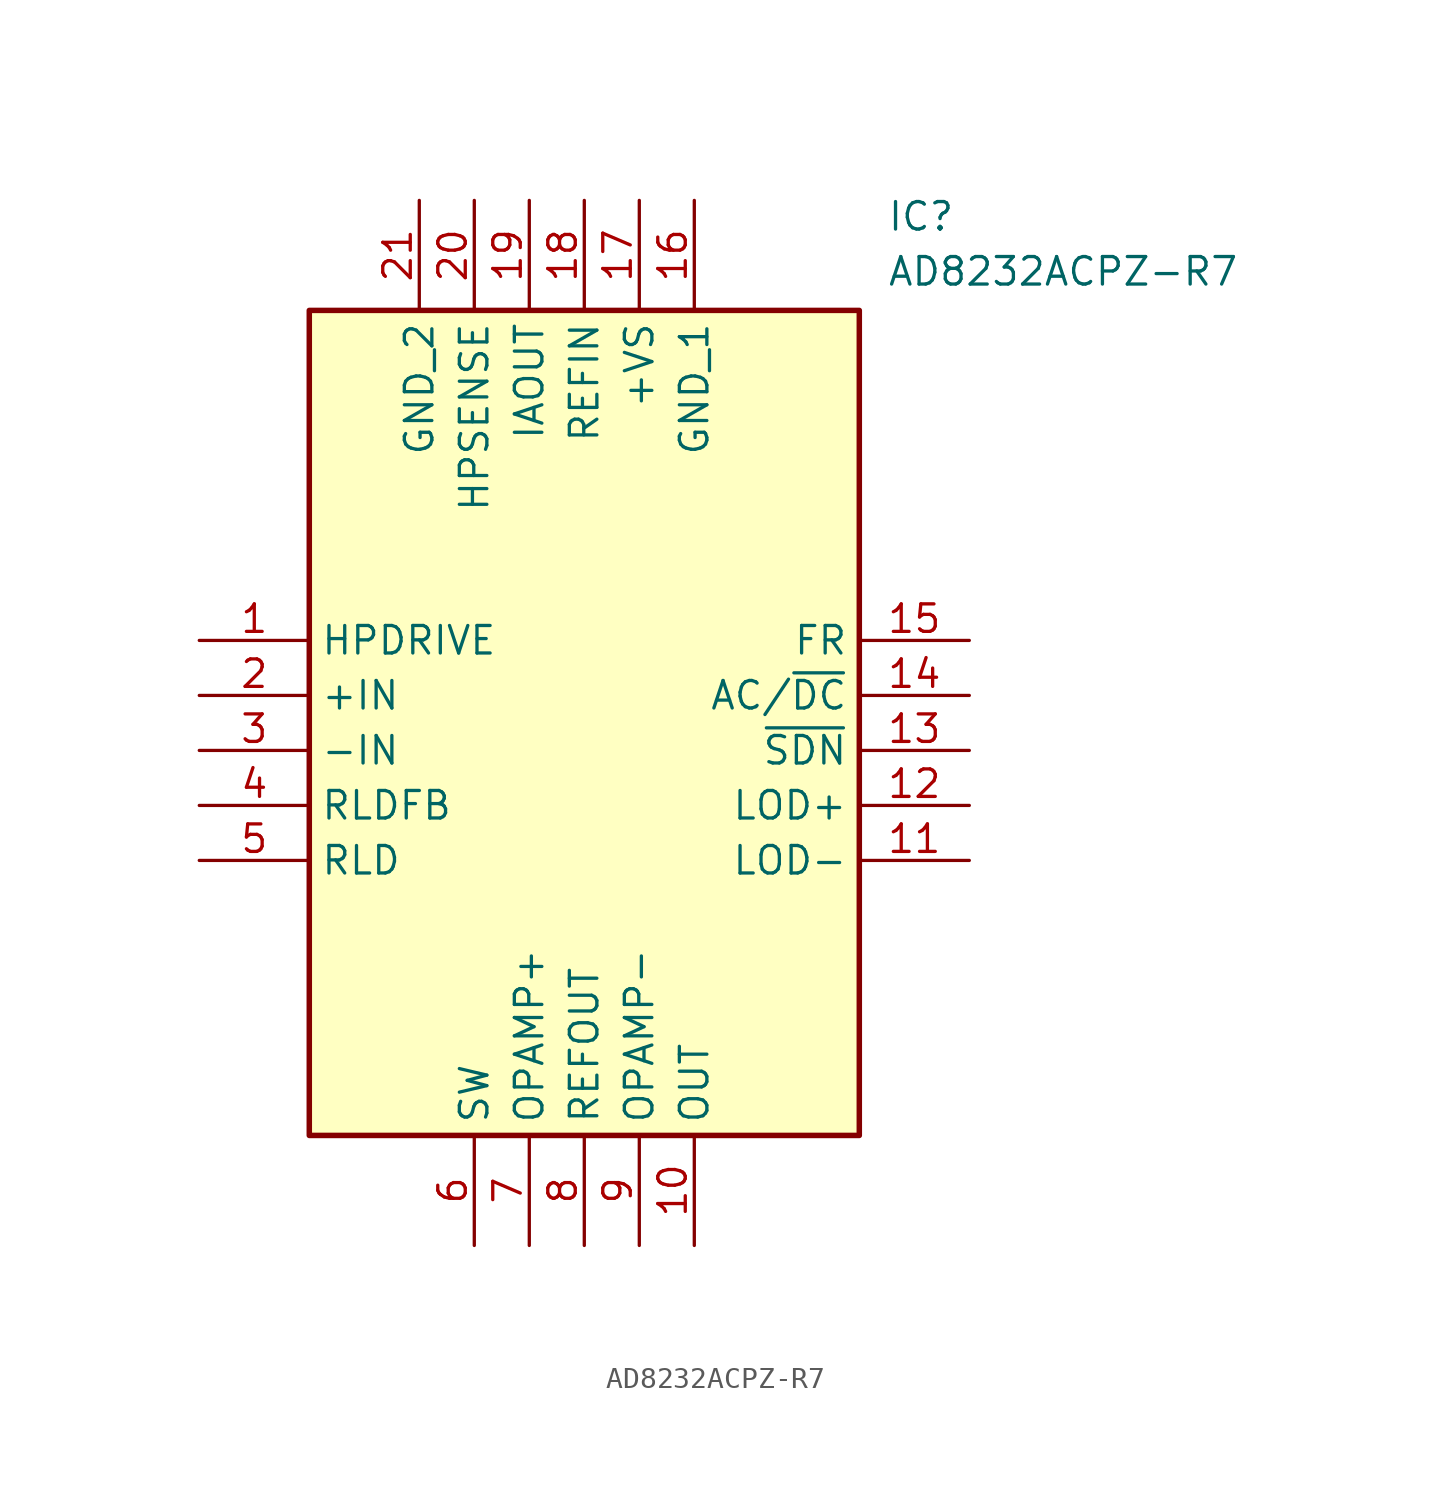
<source format=kicad_sym>
(kicad_symbol_lib
  (version 20211014)
  (generator SamacSys_ECAD_Model)
  (symbol "AD8232ACPZ-R7"
    (property "Reference" "IC"
      (at 31.75 20.32 0)
      (effects (font (size 1.27 1.27)) (justify left top)))
    (property "Value" "AD8232ACPZ-R7"
      (at 31.75 17.78 0)
      (effects (font (size 1.27 1.27)) (justify left top)))
    (rectangle
      (start 5.08 15.24)
      (end 30.48 -22.86)
      (stroke (width 0.254) (type default))
      (fill (type background)))
    (pin passive line
      (at 0 0 0)
      (length 5.08)
      (name "HPDRIVE" (effects (font (size 1.27 1.27))))
      (number "1" (effects (font (size 1.27 1.27)))))
    (pin passive line
      (at 0 -2.54 0)
      (length 5.08)
      (name "+IN" (effects (font (size 1.27 1.27))))
      (number "2" (effects (font (size 1.27 1.27)))))
    (pin passive line
      (at 0 -5.08 0)
      (length 5.08)
      (name "-IN" (effects (font (size 1.27 1.27))))
      (number "3" (effects (font (size 1.27 1.27)))))
    (pin passive line
      (at 0 -7.62 0)
      (length 5.08)
      (name "RLDFB" (effects (font (size 1.27 1.27))))
      (number "4" (effects (font (size 1.27 1.27)))))
    (pin passive line
      (at 0 -10.16 0)
      (length 5.08)
      (name "RLD" (effects (font (size 1.27 1.27))))
      (number "5" (effects (font (size 1.27 1.27)))))
    (pin passive line
      (at 12.7 -27.94 90)
      (length 5.08)
      (name "SW" (effects (font (size 1.27 1.27))))
      (number "6" (effects (font (size 1.27 1.27)))))
    (pin passive line
      (at 15.24 -27.94 90)
      (length 5.08)
      (name "OPAMP+" (effects (font (size 1.27 1.27))))
      (number "7" (effects (font (size 1.27 1.27)))))
    (pin passive line
      (at 17.78 -27.94 90)
      (length 5.08)
      (name "REFOUT" (effects (font (size 1.27 1.27))))
      (number "8" (effects (font (size 1.27 1.27)))))
    (pin passive line
      (at 20.32 -27.94 90)
      (length 5.08)
      (name "OPAMP-" (effects (font (size 1.27 1.27))))
      (number "9" (effects (font (size 1.27 1.27)))))
    (pin passive line
      (at 22.86 -27.94 90)
      (length 5.08)
      (name "OUT" (effects (font (size 1.27 1.27))))
      (number "10" (effects (font (size 1.27 1.27)))))
    (pin passive line
      (at 35.56 0 180)
      (length 5.08)
      (name "FR" (effects (font (size 1.27 1.27))))
      (number "15" (effects (font (size 1.27 1.27)))))
    (pin passive line
      (at 35.56 -2.54 180)
      (length 5.08)
      (name "AC/~{DC}" (effects (font (size 1.27 1.27))))
      (number "14" (effects (font (size 1.27 1.27)))))
    (pin passive line
      (at 35.56 -5.08 180)
      (length 5.08)
      (name "~{SDN}" (effects (font (size 1.27 1.27))))
      (number "13" (effects (font (size 1.27 1.27)))))
    (pin passive line
      (at 35.56 -7.62 180)
      (length 5.08)
      (name "LOD+" (effects (font (size 1.27 1.27))))
      (number "12" (effects (font (size 1.27 1.27)))))
    (pin passive line
      (at 35.56 -10.16 180)
      (length 5.08)
      (name "LOD-" (effects (font (size 1.27 1.27))))
      (number "11" (effects (font (size 1.27 1.27)))))
    (pin passive line
      (at 10.16 20.32 270)
      (length 5.08)
      (name "GND_2" (effects (font (size 1.27 1.27))))
      (number "21" (effects (font (size 1.27 1.27)))))
    (pin passive line
      (at 12.7 20.32 270)
      (length 5.08)
      (name "HPSENSE" (effects (font (size 1.27 1.27))))
      (number "20" (effects (font (size 1.27 1.27)))))
    (pin passive line
      (at 15.24 20.32 270)
      (length 5.08)
      (name "IAOUT" (effects (font (size 1.27 1.27))))
      (number "19" (effects (font (size 1.27 1.27)))))
    (pin passive line
      (at 17.78 20.32 270)
      (length 5.08)
      (name "REFIN" (effects (font (size 1.27 1.27))))
      (number "18" (effects (font (size 1.27 1.27)))))
    (pin passive line
      (at 20.32 20.32 270)
      (length 5.08)
      (name "+VS" (effects (font (size 1.27 1.27))))
      (number "17" (effects (font (size 1.27 1.27)))))
    (pin passive line
      (at 22.86 20.32 270)
      (length 5.08)
      (name "GND_1" (effects (font (size 1.27 1.27))))
      (number "16" (effects (font (size 1.27 1.27)))))))
</source>
